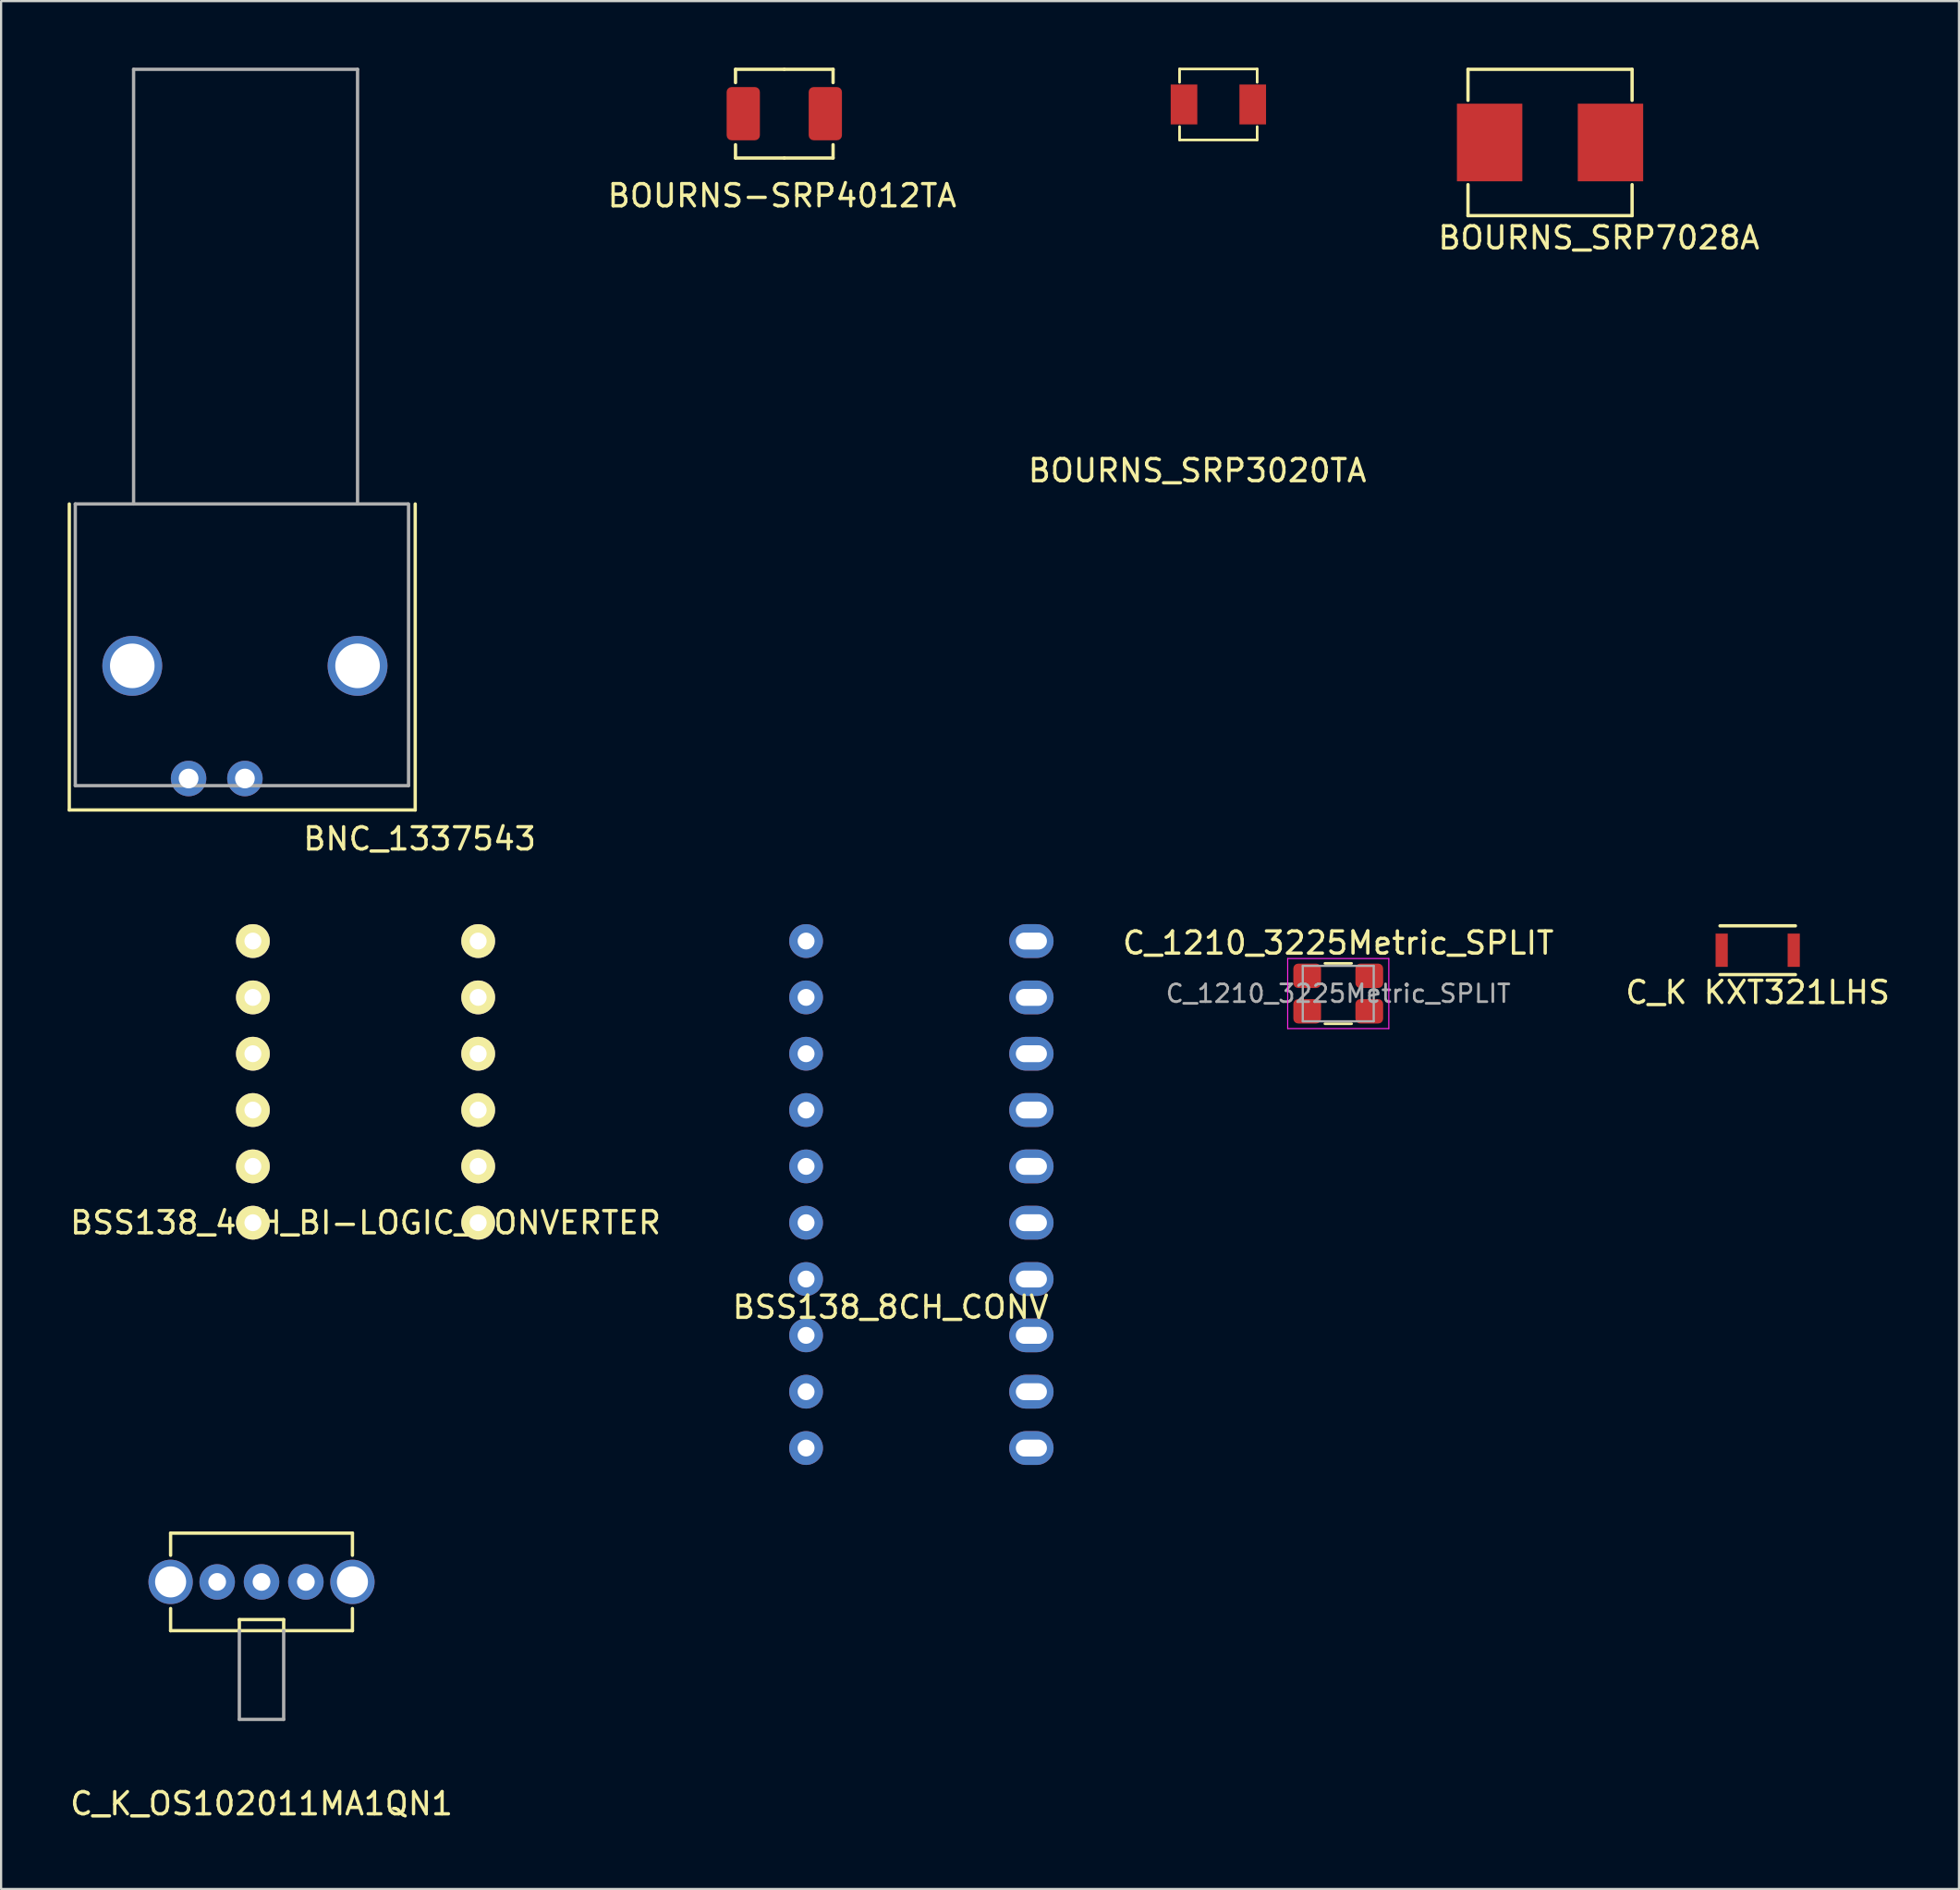
<source format=kicad_pcb>
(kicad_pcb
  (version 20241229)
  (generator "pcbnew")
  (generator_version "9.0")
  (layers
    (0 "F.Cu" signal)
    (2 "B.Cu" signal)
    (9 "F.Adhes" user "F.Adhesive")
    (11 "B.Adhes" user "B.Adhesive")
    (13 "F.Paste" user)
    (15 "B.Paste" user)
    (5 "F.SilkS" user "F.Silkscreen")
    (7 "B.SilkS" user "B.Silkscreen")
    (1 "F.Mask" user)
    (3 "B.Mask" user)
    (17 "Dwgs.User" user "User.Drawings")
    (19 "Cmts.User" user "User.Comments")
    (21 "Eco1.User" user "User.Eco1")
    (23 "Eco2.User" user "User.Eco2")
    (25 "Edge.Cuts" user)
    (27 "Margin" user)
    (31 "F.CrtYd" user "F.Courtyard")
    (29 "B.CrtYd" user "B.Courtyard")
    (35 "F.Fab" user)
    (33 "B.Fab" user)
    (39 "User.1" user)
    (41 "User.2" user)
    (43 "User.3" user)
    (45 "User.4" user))
  (footprint "BSS138_4CH_BI-LOGIC_CONVERTER"
    (layer "F.Cu")
    (at 13.435 44.465)
    (property "Reference" "BSS138_4CH_BI-LOGIC_CONVERTER" (at 0 7.62 0) (layer "F.SilkS") (effects (font (size 1 1) (thickness 0.15))))
    (attr through_hole)
    (pad "1" thru_hole circle (at -5.08 -5.08) (size 1.524 1.524) (drill 0.762) (layers "*.Cu" "*.Mask" "F.SilkS"))
    (pad "2" thru_hole circle (at -5.08 -2.54) (size 1.524 1.524) (drill 0.762) (layers "*.Cu" "*.Mask" "F.SilkS"))
    (pad "3" thru_hole circle (at -5.08 0) (size 1.524 1.524) (drill 0.762) (layers "*.Cu" "*.Mask" "F.SilkS"))
    (pad "4" thru_hole circle (at -5.08 2.54) (size 1.524 1.524) (drill 0.762) (layers "*.Cu" "*.Mask" "F.SilkS"))
    (pad "5" thru_hole circle (at -5.08 5.08) (size 1.524 1.524) (drill 0.762) (layers "*.Cu" "*.Mask" "F.SilkS"))
    (pad "6" thru_hole circle (at -5.08 7.62) (size 1.524 1.524) (drill 0.762) (layers "*.Cu" "*.Mask" "F.SilkS"))
    (pad "7" thru_hole circle (at 5.08 7.62) (size 1.524 1.524) (drill 0.762) (layers "*.Cu" "*.Mask" "F.SilkS"))
    (pad "8" thru_hole circle (at 5.08 5.08) (size 1.524 1.524) (drill 0.762) (layers "*.Cu" "*.Mask" "F.SilkS"))
    (pad "9" thru_hole circle (at 5.08 2.54) (size 1.524 1.524) (drill 0.762) (layers "*.Cu" "*.Mask" "F.SilkS"))
    (pad "10" thru_hole circle (at 5.08 0) (size 1.524 1.524) (drill 0.762) (layers "*.Cu" "*.Mask" "F.SilkS"))
    (pad "11" thru_hole circle (at 5.08 -2.54) (size 1.524 1.524) (drill 0.762) (layers "*.Cu" "*.Mask" "F.SilkS"))
    (pad "12" thru_hole circle (at 5.08 -5.08) (size 1.524 1.524) (drill 0.762) (layers "*.Cu" "*.Mask" "F.SilkS")))
  (footprint "BOURNS_SRP3020TA"
    (layer "F.Cu")
    (at 50.946 1.66)
    (property "Reference" "BOURNS_SRP3020TA" (at 0 16.51 0) (layer "F.SilkS") (effects (font (size 1 1) (thickness 0.15))))
    (attr through_hole)
    (fp_line (start -0.8 -1.6) (end 2.7 -1.6) (stroke (width 0.12) (type solid)) (layer "F.SilkS"))
    (fp_line (start -0.8 -1) (end -0.8 -1.6) (stroke (width 0.12) (type solid)) (layer "F.SilkS"))
    (fp_line (start -0.8 1.6) (end -0.8 1) (stroke (width 0.12) (type solid)) (layer "F.SilkS"))
    (fp_line (start 2.7 -1.6) (end 2.7 -1) (stroke (width 0.12) (type solid)) (layer "F.SilkS"))
    (fp_line (start 2.7 1) (end 2.7 1.6) (stroke (width 0.12) (type solid)) (layer "F.SilkS"))
    (fp_line (start 2.7 1.6) (end -0.8 1.6) (stroke (width 0.12) (type solid)) (layer "F.SilkS"))
    (pad "1" smd rect (at 0 0) (size 1.2 1.8) (drill (offset -0.6 0)) (layers "F.Cu" "F.Mask" "F.Paste"))
    (pad "2" smd rect (at 1.9 0) (size 1.2 1.8) (drill (offset 0.6 0)) (layers "F.Cu" "F.Mask" "F.Paste")))
  (footprint "C_1210_3225Metric_SPLIT"
    (layer "F.Cu")
    (at 57.302 41.752)
    (property "Reference" "C_1210_3225Metric_SPLIT" (at 0 -2.28 0) (layer "F.SilkS") (effects (font (size 1 1) (thickness 0.15))))
    (attr smd)
    (fp_line (start -0.602 -1.36) (end 0.602 -1.36) (stroke (width 0.12) (type solid)) (layer "F.SilkS"))
    (fp_line (start -0.602 1.36) (end 0.602 1.36) (stroke (width 0.12) (type solid)) (layer "F.SilkS"))
    (fp_line (start -2.28 -1.58) (end 2.28 -1.58) (stroke (width 0.05) (type solid)) (layer "F.CrtYd"))
    (fp_line (start -2.28 1.58) (end -2.28 -1.58) (stroke (width 0.05) (type solid)) (layer "F.CrtYd"))
    (fp_line (start 2.28 -1.58) (end 2.28 1.58) (stroke (width 0.05) (type solid)) (layer "F.CrtYd"))
    (fp_line (start 2.28 1.58) (end -2.28 1.58) (stroke (width 0.05) (type solid)) (layer "F.CrtYd"))
    (fp_line (start -1.6 -1.25) (end 1.6 -1.25) (stroke (width 0.1) (type solid)) (layer "F.Fab"))
    (fp_line (start -1.6 1.25) (end -1.6 -1.25) (stroke (width 0.1) (type solid)) (layer "F.Fab"))
    (fp_line (start 1.6 -1.25) (end 1.6 1.25) (stroke (width 0.1) (type solid)) (layer "F.Fab"))
    (fp_line (start 1.6 1.25) (end -1.6 1.25) (stroke (width 0.1) (type solid)) (layer "F.Fab"))
    (fp_text user "${REFERENCE}" (at 0 0 0) (layer "F.Fab") (effects (font (size 0.8 0.8) (thickness 0.12))))
    (pad "1" smd roundrect (at -1.4 -0.8) (size 1.25 1.1) (layers "F.Cu" "F.Mask" "F.Paste") (roundrect_rratio 0.2))
    (pad "1" smd roundrect (at -1.4 0.8) (size 1.25 1.1) (layers "F.Cu" "F.Mask" "F.Paste") (roundrect_rratio 0.2))
    (pad "2" smd roundrect (at 1.4 -0.8) (size 1.25 1.1) (layers "F.Cu" "F.Mask" "F.Paste") (roundrect_rratio 0.2))
    (pad "2" smd roundrect (at 1.4 0.8) (size 1.25 1.1) (layers "F.Cu" "F.Mask" "F.Paste") (roundrect_rratio 0.2)))
  (footprint "C_K KXT321LHS"
    (layer "F.Cu")
    (at 76.219 39.798)
    (property "Reference" "C_K KXT321LHS" (at 0 1.9 0) (layer "F.SilkS") (effects (font (size 1 1) (thickness 0.15))))
    (attr through_hole)
    (fp_line (start -1.7 1.1) (end 1.7 1.1) (stroke (width 0.15) (type solid)) (layer "F.SilkS"))
    (fp_line (start 1.7 -1.1) (end -1.7 -1.1) (stroke (width 0.15) (type solid)) (layer "F.SilkS"))
    (pad "1" smd rect (at -1.625 0) (size 0.55 1.5) (layers "F.Cu" "F.Mask" "F.Paste"))
    (pad "2" smd rect (at 1.625 0) (size 0.55 1.5) (layers "F.Cu" "F.Mask" "F.Paste")))
  (footprint "BOURNS_SRP7028A"
    (layer "F.Cu")
    (at 66.854 3.375)
    (property "Reference" "BOURNS_SRP7028A" (at 2.2 4.3 0) (layer "F.SilkS") (effects (font (size 1 1) (thickness 0.15))))
    (attr through_hole)
    (fp_line (start -3.7 -3.3) (end 3.7 -3.3) (stroke (width 0.15) (type solid)) (layer "F.SilkS"))
    (fp_line (start -3.7 -1.9) (end -3.7 -3.3) (stroke (width 0.15) (type solid)) (layer "F.SilkS"))
    (fp_line (start -3.7 1.9) (end -3.7 3.3) (stroke (width 0.15) (type solid)) (layer "F.SilkS"))
    (fp_line (start -3.7 3.3) (end 3.7 3.3) (stroke (width 0.15) (type solid)) (layer "F.SilkS"))
    (fp_line (start 3.7 -3.3) (end 3.7 -1.9) (stroke (width 0.15) (type solid)) (layer "F.SilkS"))
    (fp_line (start 3.7 3.3) (end 3.7 1.9) (stroke (width 0.15) (type solid)) (layer "F.SilkS"))
    (pad "1" smd rect (at -2.725 0) (size 2.95 3.5) (layers "F.Cu" "F.Mask" "F.Paste"))
    (pad "2" smd rect (at 2.725 0) (size 2.95 3.5) (layers "F.Cu" "F.Mask" "F.Paste")))
  (footprint "BSS138_8CH_CONV"
    (layer "F.Cu")
    (at 38.383 49.545)
    (property "Reference" "BSS138_8CH_CONV" (at -1.27 6.35 0) (layer "F.SilkS") (effects (font (size 1 1) (thickness 0.15))))
    (attr through_hole)
    (pad "1" thru_hole circle (at -5.08 -10.16) (size 1.524 1.524) (drill 0.762) (layers "*.Cu" "*.Mask"))
    (pad "2" thru_hole circle (at -5.08 -7.62) (size 1.524 1.524) (drill 0.762) (layers "*.Cu" "*.Mask"))
    (pad "3" thru_hole circle (at -5.08 -5.08) (size 1.524 1.524) (drill 0.762) (layers "*.Cu" "*.Mask"))
    (pad "4" thru_hole circle (at -5.08 -2.54) (size 1.524 1.524) (drill 0.762) (layers "*.Cu" "*.Mask"))
    (pad "5" thru_hole circle (at -5.08 0) (size 1.524 1.524) (drill 0.762) (layers "*.Cu" "*.Mask"))
    (pad "6" thru_hole circle (at -5.08 2.54) (size 1.524 1.524) (drill 0.762) (layers "*.Cu" "*.Mask"))
    (pad "7" thru_hole circle (at -5.08 5.08) (size 1.524 1.524) (drill 0.762) (layers "*.Cu" "*.Mask"))
    (pad "8" thru_hole circle (at -5.08 7.62) (size 1.524 1.524) (drill 0.762) (layers "*.Cu" "*.Mask"))
    (pad "9" thru_hole circle (at -5.08 10.16) (size 1.524 1.524) (drill 0.762) (layers "*.Cu" "*.Mask"))
    (pad "10" thru_hole circle (at -5.08 12.7) (size 1.524 1.524) (drill 0.762) (layers "*.Cu" "*.Mask"))
    (pad "11" thru_hole oval (at 5.08 12.7) (size 2 1.524) (drill oval 1.4 0.762) (layers "*.Cu" "*.Mask"))
    (pad "12" thru_hole oval (at 5.08 10.16) (size 2 1.524) (drill oval 1.4 0.762) (layers "*.Cu" "*.Mask"))
    (pad "13" thru_hole oval (at 5.08 7.62) (size 2 1.524) (drill oval 1.4 0.762) (layers "*.Cu" "*.Mask"))
    (pad "14" thru_hole oval (at 5.08 5.08) (size 2 1.524) (drill oval 1.4 0.762) (layers "*.Cu" "*.Mask"))
    (pad "15" thru_hole oval (at 5.08 2.54) (size 2 1.524) (drill oval 1.4 0.762) (layers "*.Cu" "*.Mask"))
    (pad "16" thru_hole oval (at 5.08 0) (size 2 1.524) (drill oval 1.4 0.762) (layers "*.Cu" "*.Mask"))
    (pad "17" thru_hole oval (at 5.08 -2.54) (size 2 1.524) (drill oval 1.4 0.762) (layers "*.Cu" "*.Mask"))
    (pad "18" thru_hole oval (at 5.08 -5.08) (size 2 1.524) (drill oval 1.4 0.762) (layers "*.Cu" "*.Mask"))
    (pad "19" thru_hole oval (at 5.08 -7.62) (size 2 1.524) (drill oval 1.4 0.762) (layers "*.Cu" "*.Mask"))
    (pad "20" thru_hole oval (at 5.08 -10.16) (size 2 1.524) (drill oval 1.4 0.762) (layers "*.Cu" "*.Mask")))
  (footprint "BOURNS-SRP4012TA"
    (layer "F.Cu")
    (at 32.32 2.075)
    (property "Reference" "BOURNS-SRP4012TA" (at -0.1 3.7 0) (layer "F.SilkS") (effects (font (size 1 1) (thickness 0.15))))
    (attr through_hole)
    (fp_line (start -2.2 -2) (end -2.2 -1.4) (stroke (width 0.15) (type solid)) (layer "F.SilkS"))
    (fp_line (start -2.2 2) (end -2.2 1.4) (stroke (width 0.15) (type solid)) (layer "F.SilkS"))
    (fp_line (start 0 -2) (end -2.2 -2) (stroke (width 0.15) (type solid)) (layer "F.SilkS"))
    (fp_line (start 0 -2) (end 2.2 -2) (stroke (width 0.15) (type solid)) (layer "F.SilkS"))
    (fp_line (start 0 2) (end -2.2 2) (stroke (width 0.15) (type solid)) (layer "F.SilkS"))
    (fp_line (start 0 2) (end 2.2 2) (stroke (width 0.15) (type solid)) (layer "F.SilkS"))
    (fp_line (start 2.2 -2) (end 2.2 -1.4) (stroke (width 0.15) (type solid)) (layer "F.SilkS"))
    (fp_line (start 2.2 2) (end 2.2 1.4) (stroke (width 0.15) (type solid)) (layer "F.SilkS"))
    (pad "1" smd roundrect (at -1.85 0) (size 1.5 2.4) (layers "F.Cu" "F.Mask" "F.Paste") (roundrect_rratio 0.15))
    (pad "2" smd roundrect (at 1.85 0) (size 1.5 2.4) (layers "F.Cu" "F.Mask" "F.Paste") (roundrect_rratio 0.15)))
  (footprint "C_K_OS102011MA1QN1"
    (layer "F.Cu")
    (at 8.744 68.282)
    (property "Reference" "C_K_OS102011MA1QN1" (at 0 10 0) (layer "F.SilkS") (effects (font (size 1 1) (thickness 0.15))))
    (attr through_hole)
    (fp_line (start -4.1 -2.2) (end -4.1 -1.2) (stroke (width 0.15) (type solid)) (layer "F.SilkS"))
    (fp_line (start -4.1 2.2) (end -4.1 1.2) (stroke (width 0.15) (type solid)) (layer "F.SilkS"))
    (fp_line (start -1 1.7) (end 1 1.7) (stroke (width 0.15) (type solid)) (layer "F.SilkS"))
    (fp_line (start -1 2.2) (end -1 1.7) (stroke (width 0.15) (type solid)) (layer "F.SilkS"))
    (fp_line (start 1 1.7) (end 1 2.2) (stroke (width 0.15) (type solid)) (layer "F.SilkS"))
    (fp_line (start 4.1 -2.2) (end -4.1 -2.2) (stroke (width 0.15) (type solid)) (layer "F.SilkS"))
    (fp_line (start 4.1 -2.2) (end 4.1 -1.2) (stroke (width 0.15) (type solid)) (layer "F.SilkS"))
    (fp_line (start 4.1 1.2) (end 4.1 2.2) (stroke (width 0.15) (type solid)) (layer "F.SilkS"))
    (fp_line (start 4.1 2.2) (end -4.1 2.2) (stroke (width 0.15) (type solid)) (layer "F.SilkS"))
    (fp_line (start -1 6.2) (end -1 2.2) (stroke (width 0.15) (type solid)) (layer "F.Fab"))
    (fp_line (start 1 2.2) (end 1 6.2) (stroke (width 0.15) (type solid)) (layer "F.Fab"))
    (fp_line (start 1 6.2) (end -1 6.2) (stroke (width 0.15) (type solid)) (layer "F.Fab"))
    (pad "" np_thru_hole circle (at -4.1 0) (size 2 2) (drill 1.4) (layers "*.Cu" "*.Mask"))
    (pad "" np_thru_hole circle (at 4.1 0) (size 2 2) (drill 1.4) (layers "*.Cu" "*.Mask"))
    (pad "1" thru_hole circle (at -2 0) (size 1.6 1.6) (drill 0.8) (layers "*.Cu" "*.Mask"))
    (pad "2" thru_hole circle (at 0 0) (size 1.6 1.6) (drill 0.8) (layers "*.Cu" "*.Mask"))
    (pad "3" thru_hole circle (at 2 0) (size 1.6 1.6) (drill 0.8) (layers "*.Cu" "*.Mask")))
  (footprint "BNC_1337543"
    (layer "F.Cu")
    (at 8.175 26.975)
    (property "Reference" "BNC_1337543" (at 7.7 7.8 0) (layer "F.SilkS") (effects (font (size 1 1) (thickness 0.15))))
    (attr through_hole)
    (fp_line (start -8.1 6.5) (end -8.1 -7.3) (stroke (width 0.15) (type solid)) (layer "F.SilkS"))
    (fp_line (start 7.5 -7.3) (end 7.5 6.5) (stroke (width 0.15) (type solid)) (layer "F.SilkS"))
    (fp_line (start 7.5 6.5) (end -8.1 6.5) (stroke (width 0.15) (type solid)) (layer "F.SilkS"))
    (fp_line (start -7.83 5.4) (end -7.83 -7.3) (stroke (width 0.15) (type solid)) (layer "F.Fab"))
    (fp_line (start -5.2 -26.9) (end -5.2 -7.3) (stroke (width 0.15) (type solid)) (layer "F.Fab"))
    (fp_line (start 4.9 -26.9) (end -5.2 -26.9) (stroke (width 0.15) (type solid)) (layer "F.Fab"))
    (fp_line (start 4.9 -7.3) (end 4.9 -26.9) (stroke (width 0.15) (type solid)) (layer "F.Fab"))
    (fp_line (start 7.17 -7.3) (end -7.83 -7.3) (stroke (width 0.15) (type solid)) (layer "F.Fab"))
    (fp_line (start 7.2 -7.3) (end 7.2 5.4) (stroke (width 0.15) (type solid)) (layer "F.Fab"))
    (fp_line (start 7.2 5.4) (end -7.83 5.4) (stroke (width 0.15) (type solid)) (layer "F.Fab"))
    (pad "" thru_hole circle (at -5.26 0) (size 2.7 2.7) (drill 2.01) (layers "*.Cu" "*.Mask"))
    (pad "" thru_hole circle (at 4.9 0) (size 2.7 2.7) (drill 2.01) (layers "*.Cu" "*.Mask"))
    (pad "1" thru_hole circle (at -0.18 5.08) (size 1.6 1.6) (drill 0.89) (layers "*.Cu" "*.Mask"))
    (pad "2" thru_hole circle (at -2.72 5.08) (size 1.6 1.6) (drill 0.89) (layers "*.Cu" "*.Mask")))
  (gr_rect
    (start -3 -3)
    (end 85.296 82.13)
    (stroke (width 0.1) (type default))
    (fill no)
    (layer "Edge.Cuts")))
</source>
